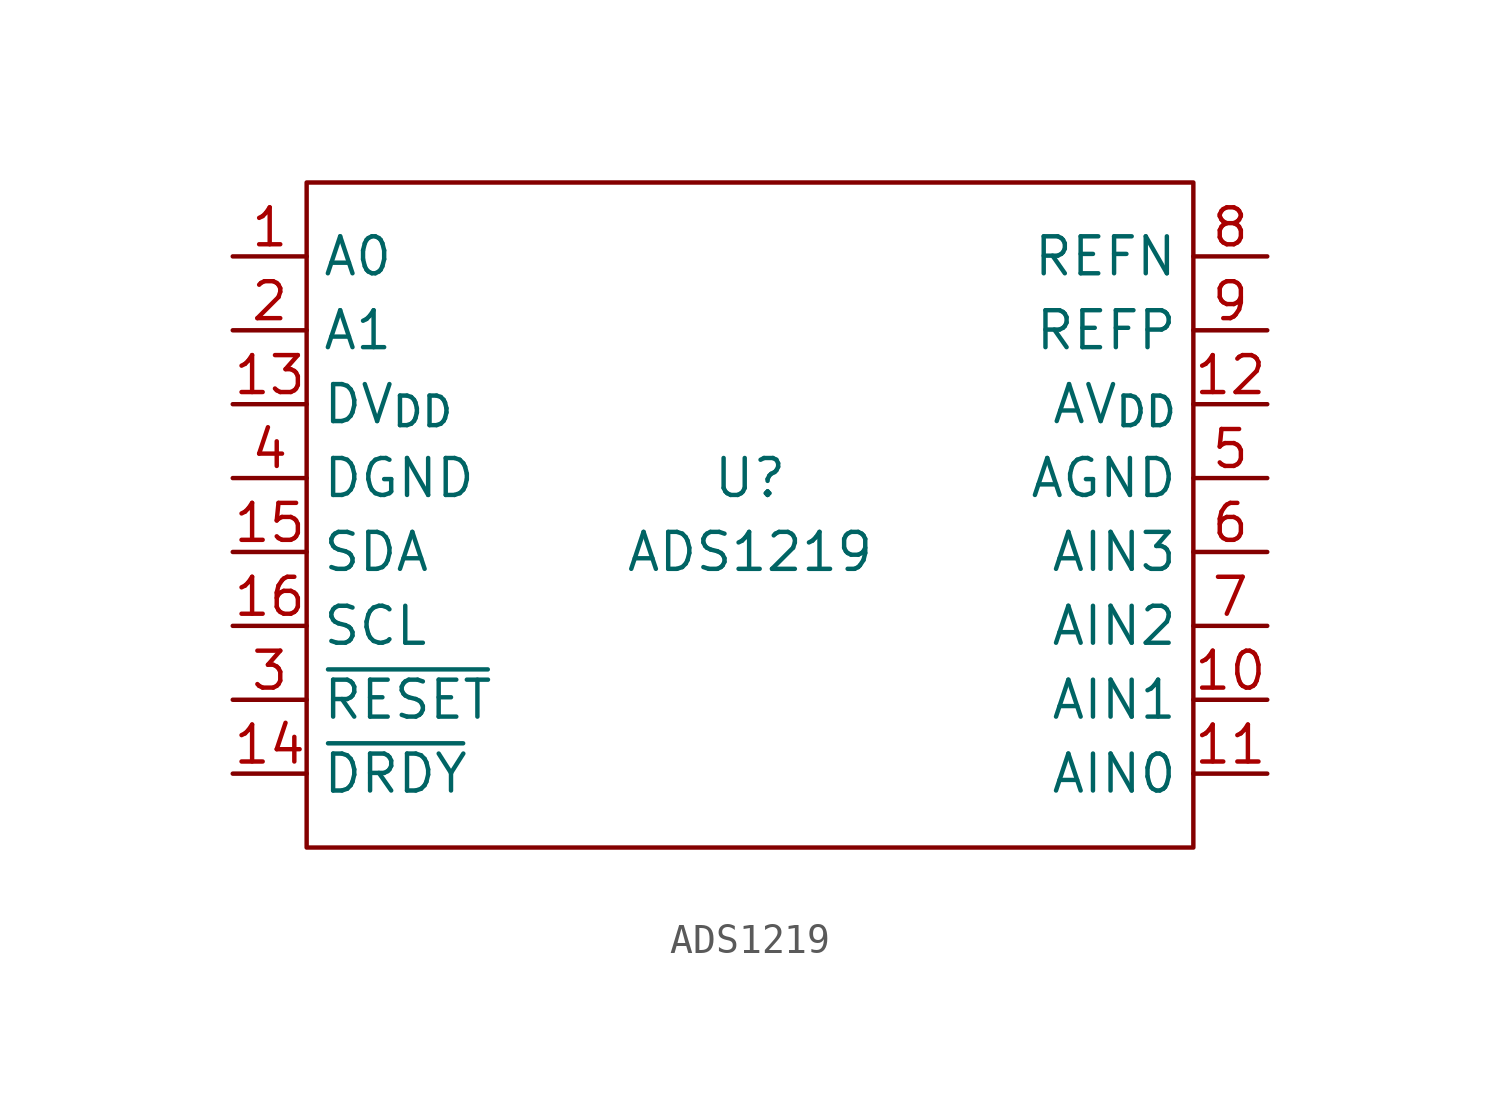
<source format=kicad_sym>
(kicad_symbol_lib
  (version 20220914)
  (generator kicad_symbol_editor)
  (symbol "ADS1219"
    (property "Reference" "U"
      (at 0 0 0)
      (effects (font (size 1.27 1.27))))
    (property "Value" "ADS1219"
      (at 0 -2.54 0)
      (effects (font (size 1.27 1.27))))
    (symbol "ADS1219_0_1"
      (rectangle (start -15.24 10.16) (end 15.24 -12.7) (stroke (width 0) (type default)) (fill (type none))))
    (symbol "ADS1219_1_1"
      (pin input line (at -17.78 7.62 0) (length 2.54) (name "A0" (effects (font (size 1.27 1.27)))) (number "1" (effects (font (size 1.27 1.27)))))
      (pin input line (at 17.78 -7.62 180) (length 2.54) (name "AIN1" (effects (font (size 1.27 1.27)))) (number "10" (effects (font (size 1.27 1.27)))))
      (pin input line (at 17.78 -10.16 180) (length 2.54) (name "AIN0" (effects (font (size 1.27 1.27)))) (number "11" (effects (font (size 1.27 1.27)))))
      (pin input line (at 17.78 2.54 180) (length 2.54) (name "AV_{DD}" (effects (font (size 1.27 1.27)))) (number "12" (effects (font (size 1.27 1.27)))))
      (pin input line (at -17.78 2.54 0) (length 2.54) (name "DV_{DD}" (effects (font (size 1.27 1.27)))) (number "13" (effects (font (size 1.27 1.27)))))
      (pin input line (at -17.78 -10.16 0) (length 2.54) (name "~{DRDY}" (effects (font (size 1.27 1.27)))) (number "14" (effects (font (size 1.27 1.27)))))
      (pin input line (at -17.78 -2.54 0) (length 2.54) (name "SDA" (effects (font (size 1.27 1.27)))) (number "15" (effects (font (size 1.27 1.27)))))
      (pin input line (at -17.78 -5.08 0) (length 2.54) (name "SCL" (effects (font (size 1.27 1.27)))) (number "16" (effects (font (size 1.27 1.27)))))
      (pin input line (at -17.78 5.08 0) (length 2.54) (name "A1" (effects (font (size 1.27 1.27)))) (number "2" (effects (font (size 1.27 1.27)))))
      (pin input line (at -17.78 -7.62 0) (length 2.54) (name "~{RESET}" (effects (font (size 1.27 1.27)))) (number "3" (effects (font (size 1.27 1.27)))))
      (pin input line (at -17.78 0 0) (length 2.54) (name "DGND" (effects (font (size 1.27 1.27)))) (number "4" (effects (font (size 1.27 1.27)))))
      (pin input line (at 17.78 0 180) (length 2.54) (name "AGND" (effects (font (size 1.27 1.27)))) (number "5" (effects (font (size 1.27 1.27)))))
      (pin input line (at 17.78 -2.54 180) (length 2.54) (name "AIN3" (effects (font (size 1.27 1.27)))) (number "6" (effects (font (size 1.27 1.27)))))
      (pin input line (at 17.78 -5.08 180) (length 2.54) (name "AIN2" (effects (font (size 1.27 1.27)))) (number "7" (effects (font (size 1.27 1.27)))))
      (pin input line (at 17.78 7.62 180) (length 2.54) (name "REFN" (effects (font (size 1.27 1.27)))) (number "8" (effects (font (size 1.27 1.27)))))
      (pin input line (at 17.78 5.08 180) (length 2.54) (name "REFP" (effects (font (size 1.27 1.27)))) (number "9" (effects (font (size 1.27 1.27))))))))
</source>
